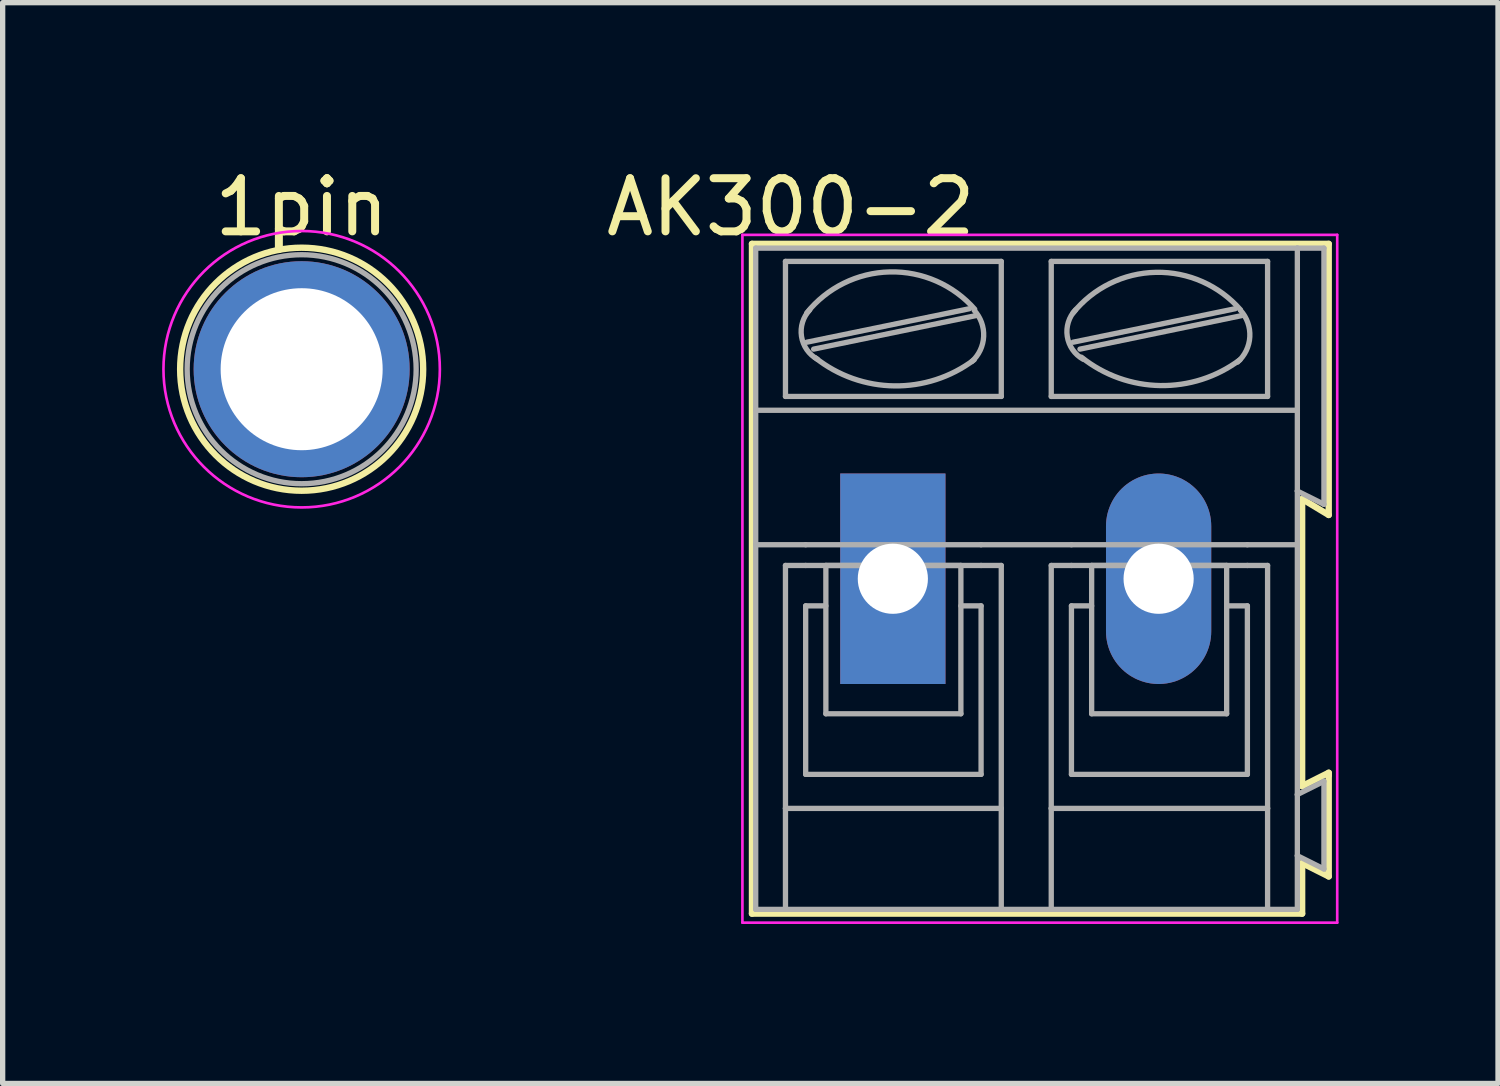
<source format=kicad_pcb>
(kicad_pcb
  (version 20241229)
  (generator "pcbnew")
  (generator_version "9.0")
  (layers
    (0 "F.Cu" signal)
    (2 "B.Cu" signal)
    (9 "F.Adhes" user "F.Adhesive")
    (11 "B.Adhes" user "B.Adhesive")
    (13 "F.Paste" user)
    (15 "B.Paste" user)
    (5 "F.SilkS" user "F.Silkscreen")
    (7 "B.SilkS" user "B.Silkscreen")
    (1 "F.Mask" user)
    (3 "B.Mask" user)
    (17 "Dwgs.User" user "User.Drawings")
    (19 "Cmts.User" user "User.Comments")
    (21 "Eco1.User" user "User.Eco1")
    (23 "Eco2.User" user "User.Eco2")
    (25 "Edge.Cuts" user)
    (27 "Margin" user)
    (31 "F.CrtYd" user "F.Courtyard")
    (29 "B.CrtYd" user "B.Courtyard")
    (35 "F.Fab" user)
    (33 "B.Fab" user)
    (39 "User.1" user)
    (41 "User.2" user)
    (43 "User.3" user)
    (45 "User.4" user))
  (footprint "AK300-2"
    (layer "F.Cu")
    (at 13.747 7.838)
    (property "Reference" "AK300-2" (at -1.92 -6.99 0) (layer "F.SilkS") (effects (font (size 1 1) (thickness 0.15))))
    (attr through_hole)
    (fp_line (start -2.65 -6.3) (end -2.65 6.3) (stroke (width 0.12) (type solid)) (layer "F.SilkS"))
    (fp_line (start -2.65 6.3) (end 7.7 6.3) (stroke (width 0.12) (type solid)) (layer "F.SilkS"))
    (fp_line (start 7.7 -1.5) (end 8.2 -1.2) (stroke (width 0.12) (type solid)) (layer "F.SilkS"))
    (fp_line (start 7.7 3.9) (end 7.7 -1.5) (stroke (width 0.12) (type solid)) (layer "F.SilkS"))
    (fp_line (start 7.7 5.35) (end 8.2 5.6) (stroke (width 0.12) (type solid)) (layer "F.SilkS"))
    (fp_line (start 7.7 6.3) (end 7.7 5.35) (stroke (width 0.12) (type solid)) (layer "F.SilkS"))
    (fp_line (start 8.2 -6.3) (end -2.65 -6.3) (stroke (width 0.12) (type solid)) (layer "F.SilkS"))
    (fp_line (start 8.2 -1.2) (end 8.2 -6.3) (stroke (width 0.12) (type solid)) (layer "F.SilkS"))
    (fp_line (start 8.2 3.65) (end 7.7 3.9) (stroke (width 0.12) (type solid)) (layer "F.SilkS"))
    (fp_line (start 8.2 3.7) (end 8.2 3.65) (stroke (width 0.12) (type solid)) (layer "F.SilkS"))
    (fp_line (start 8.2 5.6) (end 8.2 3.7) (stroke (width 0.12) (type solid)) (layer "F.SilkS"))
    (fp_line (start -2.83 -6.47) (end -2.83 6.47) (stroke (width 0.05) (type solid)) (layer "F.CrtYd"))
    (fp_line (start -2.83 6.47) (end 8.36 6.47) (stroke (width 0.05) (type solid)) (layer "F.CrtYd"))
    (fp_line (start 8.36 -6.47) (end -2.83 -6.47) (stroke (width 0.05) (type solid)) (layer "F.CrtYd"))
    (fp_line (start 8.36 6.47) (end 8.36 -6.47) (stroke (width 0.05) (type solid)) (layer "F.CrtYd"))
    (fp_line (start -2.58 -3.17) (end -2.58 -6.22) (stroke (width 0.1) (type solid)) (layer "F.Fab"))
    (fp_line (start -2.58 -3.17) (end 7.61 -3.17) (stroke (width 0.1) (type solid)) (layer "F.Fab"))
    (fp_line (start -2.58 -0.64) (end -2.58 -3.17) (stroke (width 0.1) (type solid)) (layer "F.Fab"))
    (fp_line (start -2.58 -0.64) (end -1.64 -0.64) (stroke (width 0.1) (type solid)) (layer "F.Fab"))
    (fp_line (start -2.58 6.22) (end -2.58 -0.64) (stroke (width 0.1) (type solid)) (layer "F.Fab"))
    (fp_line (start -2.58 6.22) (end -2.02 6.22) (stroke (width 0.1) (type solid)) (layer "F.Fab"))
    (fp_line (start -2.02 -3.43) (end -2.02 -5.97) (stroke (width 0.1) (type solid)) (layer "F.Fab"))
    (fp_line (start -2.02 -0.25) (end -2.02 4.32) (stroke (width 0.1) (type solid)) (layer "F.Fab"))
    (fp_line (start -2.02 -0.25) (end -1.64 -0.25) (stroke (width 0.1) (type solid)) (layer "F.Fab"))
    (fp_line (start -2.02 4.32) (end -2.02 6.22) (stroke (width 0.1) (type solid)) (layer "F.Fab"))
    (fp_line (start -2.02 6.22) (end 2.04 6.22) (stroke (width 0.1) (type solid)) (layer "F.Fab"))
    (fp_line (start -1.64 -0.64) (end 1.66 -0.64) (stroke (width 0.1) (type solid)) (layer "F.Fab"))
    (fp_line (start -1.64 0.51) (end -1.26 0.51) (stroke (width 0.1) (type solid)) (layer "F.Fab"))
    (fp_line (start -1.64 3.68) (end -1.64 0.51) (stroke (width 0.1) (type solid)) (layer "F.Fab"))
    (fp_line (start -1.62 -4.45) (end 1.44 -5.08) (stroke (width 0.1) (type solid)) (layer "F.Fab"))
    (fp_line (start -1.49 -4.32) (end 1.56 -4.95) (stroke (width 0.1) (type solid)) (layer "F.Fab"))
    (fp_line (start -1.26 -0.25) (end 1.28 -0.25) (stroke (width 0.1) (type solid)) (layer "F.Fab"))
    (fp_line (start -1.26 2.54) (end -1.26 -0.25) (stroke (width 0.1) (type solid)) (layer "F.Fab"))
    (fp_line (start -1.26 2.54) (end 1.28 2.54) (stroke (width 0.1) (type solid)) (layer "F.Fab"))
    (fp_line (start 1.28 2.54) (end 1.28 -0.25) (stroke (width 0.1) (type solid)) (layer "F.Fab"))
    (fp_line (start 1.66 -0.64) (end 3.36 -0.64) (stroke (width 0.1) (type solid)) (layer "F.Fab"))
    (fp_line (start 1.66 -0.25) (end -1.64 -0.25) (stroke (width 0.1) (type solid)) (layer "F.Fab"))
    (fp_line (start 1.66 0.51) (end 1.28 0.51) (stroke (width 0.1) (type solid)) (layer "F.Fab"))
    (fp_line (start 1.66 3.68) (end -1.64 3.68) (stroke (width 0.1) (type solid)) (layer "F.Fab"))
    (fp_line (start 1.66 3.68) (end 1.66 0.51) (stroke (width 0.1) (type solid)) (layer "F.Fab"))
    (fp_line (start 2.04 -5.97) (end -2.02 -5.97) (stroke (width 0.1) (type solid)) (layer "F.Fab"))
    (fp_line (start 2.04 -3.43) (end -2.02 -3.43) (stroke (width 0.1) (type solid)) (layer "F.Fab"))
    (fp_line (start 2.04 -3.43) (end 2.04 -5.97) (stroke (width 0.1) (type solid)) (layer "F.Fab"))
    (fp_line (start 2.04 -0.25) (end 1.66 -0.25) (stroke (width 0.1) (type solid)) (layer "F.Fab"))
    (fp_line (start 2.04 4.32) (end -2.02 4.32) (stroke (width 0.1) (type solid)) (layer "F.Fab"))
    (fp_line (start 2.04 4.32) (end 2.04 -0.25) (stroke (width 0.1) (type solid)) (layer "F.Fab"))
    (fp_line (start 2.04 6.22) (end 2.04 4.32) (stroke (width 0.1) (type solid)) (layer "F.Fab"))
    (fp_line (start 2.04 6.22) (end 2.98 6.22) (stroke (width 0.1) (type solid)) (layer "F.Fab"))
    (fp_line (start 2.98 -5.97) (end 7.05 -5.97) (stroke (width 0.1) (type solid)) (layer "F.Fab"))
    (fp_line (start 2.98 -3.43) (end 2.98 -5.97) (stroke (width 0.1) (type solid)) (layer "F.Fab"))
    (fp_line (start 2.98 -0.25) (end 3.36 -0.25) (stroke (width 0.1) (type solid)) (layer "F.Fab"))
    (fp_line (start 2.98 4.32) (end 2.98 -0.25) (stroke (width 0.1) (type solid)) (layer "F.Fab"))
    (fp_line (start 2.98 4.32) (end 7.05 4.32) (stroke (width 0.1) (type solid)) (layer "F.Fab"))
    (fp_line (start 2.98 6.22) (end 2.98 4.32) (stroke (width 0.1) (type solid)) (layer "F.Fab"))
    (fp_line (start 2.98 6.22) (end 7.05 6.22) (stroke (width 0.1) (type solid)) (layer "F.Fab"))
    (fp_line (start 3.36 -0.25) (end 6.67 -0.25) (stroke (width 0.1) (type solid)) (layer "F.Fab"))
    (fp_line (start 3.36 0.51) (end 3.74 0.51) (stroke (width 0.1) (type solid)) (layer "F.Fab"))
    (fp_line (start 3.36 3.68) (end 3.36 0.51) (stroke (width 0.1) (type solid)) (layer "F.Fab"))
    (fp_line (start 3.39 -4.45) (end 6.44 -5.08) (stroke (width 0.1) (type solid)) (layer "F.Fab"))
    (fp_line (start 3.52 -4.32) (end 6.56 -4.95) (stroke (width 0.1) (type solid)) (layer "F.Fab"))
    (fp_line (start 3.74 -0.25) (end 6.28 -0.25) (stroke (width 0.1) (type solid)) (layer "F.Fab"))
    (fp_line (start 3.74 2.54) (end 3.74 -0.25) (stroke (width 0.1) (type solid)) (layer "F.Fab"))
    (fp_line (start 3.74 2.54) (end 6.28 2.54) (stroke (width 0.1) (type solid)) (layer "F.Fab"))
    (fp_line (start 6.28 2.54) (end 6.28 -0.25) (stroke (width 0.1) (type solid)) (layer "F.Fab"))
    (fp_line (start 6.67 -0.64) (end 3.36 -0.64) (stroke (width 0.1) (type solid)) (layer "F.Fab"))
    (fp_line (start 6.67 0.51) (end 6.28 0.51) (stroke (width 0.1) (type solid)) (layer "F.Fab"))
    (fp_line (start 6.67 3.68) (end 3.36 3.68) (stroke (width 0.1) (type solid)) (layer "F.Fab"))
    (fp_line (start 6.67 3.68) (end 6.67 0.51) (stroke (width 0.1) (type solid)) (layer "F.Fab"))
    (fp_line (start 7.05 -5.97) (end 7.05 -3.43) (stroke (width 0.1) (type solid)) (layer "F.Fab"))
    (fp_line (start 7.05 -3.43) (end 2.98 -3.43) (stroke (width 0.1) (type solid)) (layer "F.Fab"))
    (fp_line (start 7.05 -0.25) (end 6.67 -0.25) (stroke (width 0.1) (type solid)) (layer "F.Fab"))
    (fp_line (start 7.05 -0.25) (end 7.05 4.32) (stroke (width 0.1) (type solid)) (layer "F.Fab"))
    (fp_line (start 7.05 4.32) (end 7.05 6.22) (stroke (width 0.1) (type solid)) (layer "F.Fab"))
    (fp_line (start 7.05 6.22) (end 7.61 6.22) (stroke (width 0.1) (type solid)) (layer "F.Fab"))
    (fp_line (start 7.61 -6.22) (end -2.58 -6.22) (stroke (width 0.1) (type solid)) (layer "F.Fab"))
    (fp_line (start 7.61 -6.22) (end 7.61 -3.17) (stroke (width 0.1) (type solid)) (layer "F.Fab"))
    (fp_line (start 7.61 -6.22) (end 8.11 -6.22) (stroke (width 0.1) (type solid)) (layer "F.Fab"))
    (fp_line (start 7.61 -3.17) (end 7.61 -1.65) (stroke (width 0.1) (type solid)) (layer "F.Fab"))
    (fp_line (start 7.61 -1.65) (end 7.61 -0.64) (stroke (width 0.1) (type solid)) (layer "F.Fab"))
    (fp_line (start 7.61 -0.64) (end 6.67 -0.64) (stroke (width 0.1) (type solid)) (layer "F.Fab"))
    (fp_line (start 7.61 -0.64) (end 7.61 4.06) (stroke (width 0.1) (type solid)) (layer "F.Fab"))
    (fp_line (start 7.61 4.06) (end 7.61 5.21) (stroke (width 0.1) (type solid)) (layer "F.Fab"))
    (fp_line (start 7.61 5.21) (end 7.61 6.22) (stroke (width 0.1) (type solid)) (layer "F.Fab"))
    (fp_line (start 8.11 -6.22) (end 8.11 -1.4) (stroke (width 0.1) (type solid)) (layer "F.Fab"))
    (fp_line (start 8.11 -1.4) (end 7.61 -1.65) (stroke (width 0.1) (type solid)) (layer "F.Fab"))
    (fp_line (start 8.11 3.81) (end 7.61 4.06) (stroke (width 0.1) (type solid)) (layer "F.Fab"))
    (fp_line (start 8.11 3.81) (end 8.11 5.46) (stroke (width 0.1) (type solid)) (layer "F.Fab"))
    (fp_line (start 8.11 5.46) (end 7.61 5.21) (stroke (width 0.1) (type solid)) (layer "F.Fab"))
    (fp_arc (start -1.62 -5) (mid -0.05669 -5.772528) (end 1.539976 -5.071534) (stroke (width 0.1) (type solid)) (layer "F.Fab"))
    (fp_arc (start -1.42 -4.13) (mid -1.718466 -4.559406) (end -1.562972 -5.058699) (stroke (width 0.1) (type solid)) (layer "F.Fab"))
    (fp_arc (start 1.53 -5.05) (mid 1.708693 -4.558754) (end 1.485619 -4.086005) (stroke (width 0.1) (type solid)) (layer "F.Fab"))
    (fp_arc (start 1.53 -4.12) (mid 0.02849 -3.628196) (end -1.459829 -4.158582) (stroke (width 0.1) (type solid)) (layer "F.Fab"))
    (fp_arc (start 3.39 -5) (mid 4.949737 -5.764867) (end 6.538239 -5.061686) (stroke (width 0.1) (type solid)) (layer "F.Fab"))
    (fp_arc (start 3.58 -4.13) (mid 3.281534 -4.559406) (end 3.437028 -5.058699) (stroke (width 0.1) (type solid)) (layer "F.Fab"))
    (fp_arc (start 6.53 -4.12) (mid 5.030583 -3.634318) (end 3.547667 -4.168263) (stroke (width 0.1) (type solid)) (layer "F.Fab"))
    (fp_arc (start 6.54 -5.05) (mid 6.715733 -4.551652) (end 6.485532 -4.076005) (stroke (width 0.1) (type solid)) (layer "F.Fab"))
    (pad "1" thru_hole rect (at 0 0) (size 1.98 3.96) (drill 1.32) (layers "*.Cu" "F.Mask" "F.Paste"))
    (pad "2" thru_hole oval (at 5 0) (size 1.98 3.96) (drill 1.32) (layers "*.Cu" "F.Mask" "F.Paste")))
  (footprint "1pin"
    (layer "F.Cu")
    (at 2.625 3.896)
    (property "Reference" "1pin" (at 0 -3.048 0) (layer "F.SilkS") (effects (font (size 1 1) (thickness 0.15))))
    (attr through_hole)
    (fp_circle (center 0 0) (end 0 -2.286) (stroke (width 0.12) (type solid)) (fill no) (layer "F.SilkS"))
    (fp_circle (center 0 0) (end 2.6 0) (stroke (width 0.05) (type solid)) (fill no) (layer "F.CrtYd"))
    (fp_circle (center 0 0) (end 2 0.8) (stroke (width 0.1) (type solid)) (fill no) (layer "F.Fab"))
    (pad "1" thru_hole circle (at 0 0) (size 4.064 4.064) (drill 3.048) (layers "*.Cu" "*.Mask")))
  (gr_rect
    (start -3 -3)
    (end 25.132 17.333)
    (stroke (width 0.1) (type default))
    (fill no)
    (layer "Edge.Cuts")))
</source>
